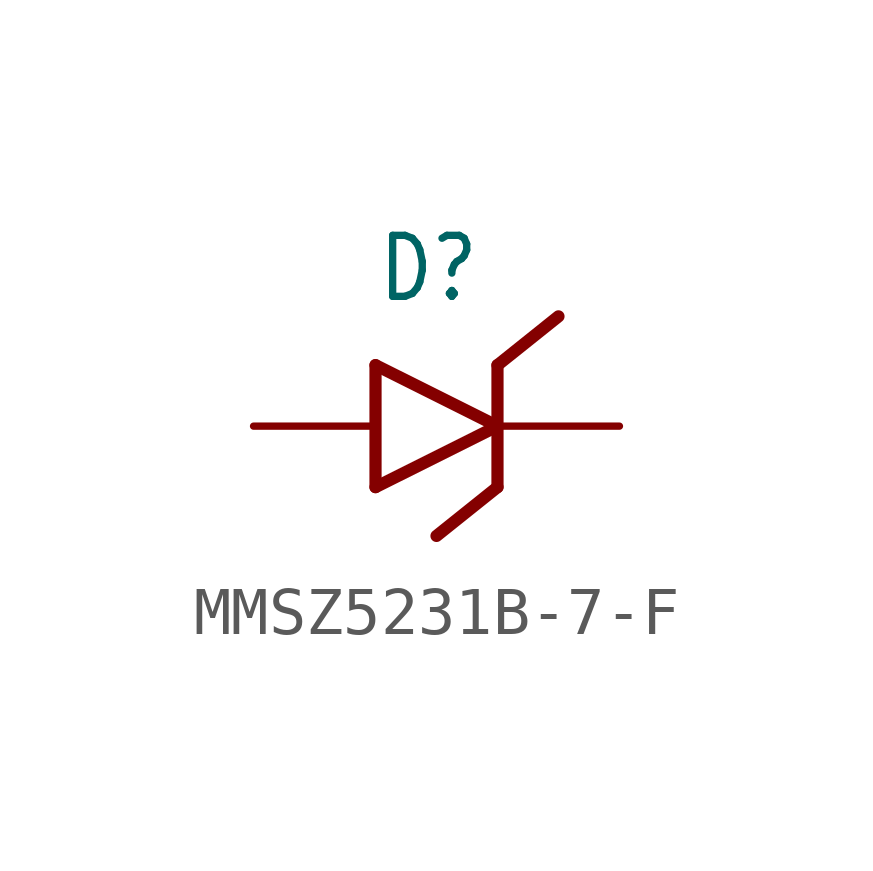
<source format=kicad_sym>
(kicad_symbol_lib
  (version 20220914)
  (generator kicad_symbol_editor)
  (symbol "MMSZ5231B-7-F"
    (pin_numbers hide)
    (pin_names hide)
    (property "Reference" "D"
      (at -1.27 2.54 0)
      (effects (font (size 1.27 1.079)) (justify left bottom)))
    (symbol "MMSZ5231B-7-F_1_0"
      (polyline (pts (xy -1.27 -1.27) (xy 1.27 0)) (stroke (width 0.254) (type solid)) (fill (type none)))
      (polyline (pts (xy -1.27 1.27) (xy -1.27 -1.27)) (stroke (width 0.254) (type solid)) (fill (type none)))
      (polyline (pts (xy 1.27 -1.27) (xy 0 -2.286)) (stroke (width 0.254) (type solid)) (fill (type none)))
      (polyline (pts (xy 1.27 0) (xy -1.27 1.27)) (stroke (width 0.254) (type solid)) (fill (type none)))
      (polyline (pts (xy 1.27 0) (xy 1.27 -1.27)) (stroke (width 0.254) (type solid)) (fill (type none)))
      (polyline (pts (xy 1.27 1.27) (xy 1.27 0)) (stroke (width 0.254) (type solid)) (fill (type none)))
      (polyline (pts (xy 2.54 2.286) (xy 1.27 1.27)) (stroke (width 0.254) (type solid)) (fill (type none)))
      (pin passive line (at -3.81 0 0) (length 2.54) (name "A" (effects (font (size 0 0)))) (number "1" (effects (font (size 0 0)))))
      (pin passive line (at 3.81 0 180) (length 2.54) (name "C" (effects (font (size 0 0)))) (number "2" (effects (font (size 0 0))))))))
</source>
